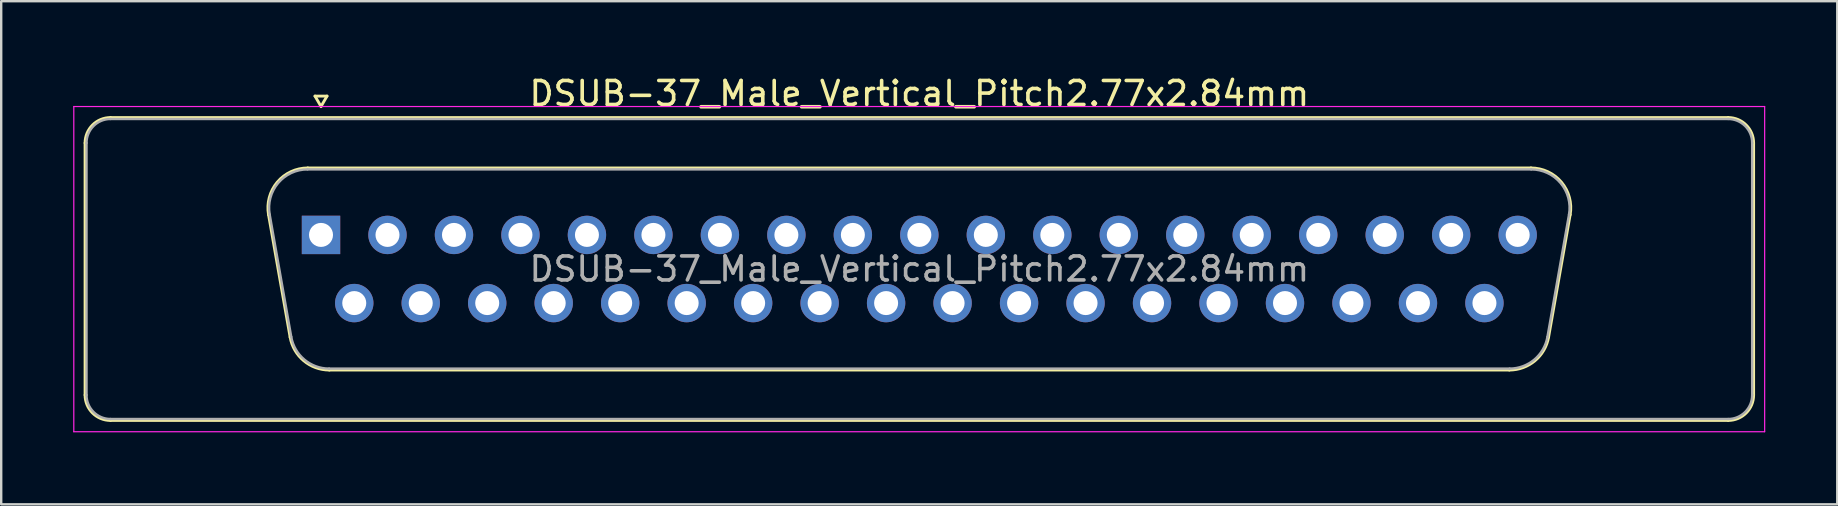
<source format=kicad_pcb>
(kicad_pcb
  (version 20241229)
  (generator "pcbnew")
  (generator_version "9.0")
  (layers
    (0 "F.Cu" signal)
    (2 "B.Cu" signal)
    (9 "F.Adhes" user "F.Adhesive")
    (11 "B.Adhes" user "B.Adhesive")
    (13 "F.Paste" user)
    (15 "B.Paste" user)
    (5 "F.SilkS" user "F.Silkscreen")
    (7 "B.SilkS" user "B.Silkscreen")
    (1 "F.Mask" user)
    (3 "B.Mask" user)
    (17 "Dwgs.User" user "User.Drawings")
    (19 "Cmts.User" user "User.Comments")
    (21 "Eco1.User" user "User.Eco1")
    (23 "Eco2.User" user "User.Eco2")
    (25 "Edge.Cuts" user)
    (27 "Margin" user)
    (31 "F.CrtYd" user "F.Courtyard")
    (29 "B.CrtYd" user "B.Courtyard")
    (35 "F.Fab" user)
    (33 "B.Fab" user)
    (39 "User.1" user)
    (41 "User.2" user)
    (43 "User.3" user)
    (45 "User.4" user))
  (footprint "DSUB-37_Male_Vertical_Pitch2.77x2.84mm"
    (layer "F.Cu")
    (at 10.325 6.738)
    (property "Reference" "DSUB-37_Male_Vertical_Pitch2.77x2.84mm" (at 24.93 -5.89 0) (layer "F.SilkS") (effects (font (size 1 1) (thickness 0.15))))
    (attr through_hole)
    (fp_line (start -9.83 6.67) (end -9.83 -3.83) (stroke (width 0.12) (type solid)) (layer "F.SilkS"))
    (fp_line (start -8.77 -4.89) (end 58.63 -4.89) (stroke (width 0.12) (type solid)) (layer "F.SilkS"))
    (fp_line (start -2.186 -0.842) (end -1.287 4.258) (stroke (width 0.12) (type solid)) (layer "F.SilkS"))
    (fp_line (start -0.552 -2.79) (end 50.412 -2.79) (stroke (width 0.12) (type solid)) (layer "F.SilkS"))
    (fp_line (start -0.25 -5.784) (end 0.25 -5.784) (stroke (width 0.12) (type solid)) (layer "F.SilkS"))
    (fp_line (start 0 -5.351) (end -0.25 -5.784) (stroke (width 0.12) (type solid)) (layer "F.SilkS"))
    (fp_line (start 0.25 -5.784) (end 0 -5.351) (stroke (width 0.12) (type solid)) (layer "F.SilkS"))
    (fp_line (start 0.348 5.63) (end 49.512 5.63) (stroke (width 0.12) (type solid)) (layer "F.SilkS"))
    (fp_line (start 52.046 -0.842) (end 51.147 4.258) (stroke (width 0.12) (type solid)) (layer "F.SilkS"))
    (fp_line (start 58.63 7.73) (end -8.77 7.73) (stroke (width 0.12) (type solid)) (layer "F.SilkS"))
    (fp_line (start 59.69 -3.83) (end 59.69 6.67) (stroke (width 0.12) (type solid)) (layer "F.SilkS"))
    (fp_arc (start -9.83 -3.83) (mid -9.519533 -4.579533) (end -8.77 -4.89) (stroke (width 0.12) (type solid)) (layer "F.SilkS"))
    (fp_arc (start -8.77 7.73) (mid -9.519533 7.419533) (end -9.83 6.67) (stroke (width 0.12) (type solid)) (layer "F.SilkS"))
    (fp_arc (start -2.18647 -0.841744) (mid -1.823323 -2.197028) (end -0.551689 -2.79) (stroke (width 0.12) (type solid)) (layer "F.SilkS"))
    (fp_arc (start 0.347579 5.63) (mid -0.719448 5.241634) (end -1.287202 4.258256) (stroke (width 0.12) (type solid)) (layer "F.SilkS"))
    (fp_arc (start 50.411689 -2.79) (mid 51.683323 -2.197027) (end 52.04647 -0.841744) (stroke (width 0.12) (type solid)) (layer "F.SilkS"))
    (fp_arc (start 51.147202 4.258256) (mid 50.579449 5.241634) (end 49.512421 5.63) (stroke (width 0.12) (type solid)) (layer "F.SilkS"))
    (fp_arc (start 58.63 -4.89) (mid 59.379533 -4.579533) (end 59.69 -3.83) (stroke (width 0.12) (type solid)) (layer "F.SilkS"))
    (fp_arc (start 59.69 6.67) (mid 59.379533 7.419533) (end 58.63 7.73) (stroke (width 0.12) (type solid)) (layer "F.SilkS"))
    (fp_line (start -10.3 -5.35) (end -10.3 8.2) (stroke (width 0.05) (type solid)) (layer "F.CrtYd"))
    (fp_line (start -10.3 8.2) (end 60.15 8.2) (stroke (width 0.05) (type solid)) (layer "F.CrtYd"))
    (fp_line (start 60.15 -5.35) (end -10.3 -5.35) (stroke (width 0.05) (type solid)) (layer "F.CrtYd"))
    (fp_line (start 60.15 8.2) (end 60.15 -5.35) (stroke (width 0.05) (type solid)) (layer "F.CrtYd"))
    (fp_line (start -9.77 6.67) (end -9.77 -3.83) (stroke (width 0.1) (type solid)) (layer "F.Fab"))
    (fp_line (start -8.77 -4.83) (end 58.63 -4.83) (stroke (width 0.1) (type solid)) (layer "F.Fab"))
    (fp_line (start -2.139 -0.852) (end -1.24 4.248) (stroke (width 0.1) (type solid)) (layer "F.Fab"))
    (fp_line (start -0.563 -2.73) (end 50.423 -2.73) (stroke (width 0.1) (type solid)) (layer "F.Fab"))
    (fp_line (start 0.336 5.57) (end 49.524 5.57) (stroke (width 0.1) (type solid)) (layer "F.Fab"))
    (fp_line (start 51.999 -0.852) (end 51.1 4.248) (stroke (width 0.1) (type solid)) (layer "F.Fab"))
    (fp_line (start 58.63 7.67) (end -8.77 7.67) (stroke (width 0.1) (type solid)) (layer "F.Fab"))
    (fp_line (start 59.63 -3.83) (end 59.63 6.67) (stroke (width 0.1) (type solid)) (layer "F.Fab"))
    (fp_arc (start -9.77 -3.83) (mid -9.477107 -4.537107) (end -8.77 -4.83) (stroke (width 0.1) (type solid)) (layer "F.Fab"))
    (fp_arc (start -8.77 7.67) (mid -9.477107 7.377107) (end -9.77 6.67) (stroke (width 0.1) (type solid)) (layer "F.Fab"))
    (fp_arc (start -2.138886 -0.852163) (mid -1.788865 -2.15846) (end -0.563194 -2.73) (stroke (width 0.1) (type solid)) (layer "F.Fab"))
    (fp_arc (start 0.336073 5.57) (mid -0.692387 5.195671) (end -1.239619 4.247837) (stroke (width 0.1) (type solid)) (layer "F.Fab"))
    (fp_arc (start 50.423194 -2.73) (mid 51.648865 -2.15846) (end 51.998886 -0.852163) (stroke (width 0.1) (type solid)) (layer "F.Fab"))
    (fp_arc (start 51.099619 4.247837) (mid 50.552387 5.195671) (end 49.523927 5.57) (stroke (width 0.1) (type solid)) (layer "F.Fab"))
    (fp_arc (start 58.63 -4.83) (mid 59.337107 -4.537107) (end 59.63 -3.83) (stroke (width 0.1) (type solid)) (layer "F.Fab"))
    (fp_arc (start 59.63 6.67) (mid 59.337107 7.377107) (end 58.63 7.67) (stroke (width 0.1) (type solid)) (layer "F.Fab"))
    (fp_text user "${REFERENCE}" (at 24.93 1.42 0) (layer "F.Fab") (effects (font (size 1 1) (thickness 0.15))))
    (pad "1" thru_hole rect (at 0 0) (size 1.6 1.6) (drill 1) (layers "*.Cu" "*.Mask"))
    (pad "2" thru_hole circle (at 2.77 0) (size 1.6 1.6) (drill 1) (layers "*.Cu" "*.Mask"))
    (pad "3" thru_hole circle (at 5.54 0) (size 1.6 1.6) (drill 1) (layers "*.Cu" "*.Mask"))
    (pad "4" thru_hole circle (at 8.31 0) (size 1.6 1.6) (drill 1) (layers "*.Cu" "*.Mask"))
    (pad "5" thru_hole circle (at 11.08 0) (size 1.6 1.6) (drill 1) (layers "*.Cu" "*.Mask"))
    (pad "6" thru_hole circle (at 13.85 0) (size 1.6 1.6) (drill 1) (layers "*.Cu" "*.Mask"))
    (pad "7" thru_hole circle (at 16.62 0) (size 1.6 1.6) (drill 1) (layers "*.Cu" "*.Mask"))
    (pad "8" thru_hole circle (at 19.39 0) (size 1.6 1.6) (drill 1) (layers "*.Cu" "*.Mask"))
    (pad "9" thru_hole circle (at 22.16 0) (size 1.6 1.6) (drill 1) (layers "*.Cu" "*.Mask"))
    (pad "10" thru_hole circle (at 24.93 0) (size 1.6 1.6) (drill 1) (layers "*.Cu" "*.Mask"))
    (pad "11" thru_hole circle (at 27.7 0) (size 1.6 1.6) (drill 1) (layers "*.Cu" "*.Mask"))
    (pad "12" thru_hole circle (at 30.47 0) (size 1.6 1.6) (drill 1) (layers "*.Cu" "*.Mask"))
    (pad "13" thru_hole circle (at 33.24 0) (size 1.6 1.6) (drill 1) (layers "*.Cu" "*.Mask"))
    (pad "14" thru_hole circle (at 36.01 0) (size 1.6 1.6) (drill 1) (layers "*.Cu" "*.Mask"))
    (pad "15" thru_hole circle (at 38.78 0) (size 1.6 1.6) (drill 1) (layers "*.Cu" "*.Mask"))
    (pad "16" thru_hole circle (at 41.55 0) (size 1.6 1.6) (drill 1) (layers "*.Cu" "*.Mask"))
    (pad "17" thru_hole circle (at 44.32 0) (size 1.6 1.6) (drill 1) (layers "*.Cu" "*.Mask"))
    (pad "18" thru_hole circle (at 47.09 0) (size 1.6 1.6) (drill 1) (layers "*.Cu" "*.Mask"))
    (pad "19" thru_hole circle (at 49.86 0) (size 1.6 1.6) (drill 1) (layers "*.Cu" "*.Mask"))
    (pad "20" thru_hole circle (at 1.385 2.84) (size 1.6 1.6) (drill 1) (layers "*.Cu" "*.Mask"))
    (pad "21" thru_hole circle (at 4.155 2.84) (size 1.6 1.6) (drill 1) (layers "*.Cu" "*.Mask"))
    (pad "22" thru_hole circle (at 6.925 2.84) (size 1.6 1.6) (drill 1) (layers "*.Cu" "*.Mask"))
    (pad "23" thru_hole circle (at 9.695 2.84) (size 1.6 1.6) (drill 1) (layers "*.Cu" "*.Mask"))
    (pad "24" thru_hole circle (at 12.465 2.84) (size 1.6 1.6) (drill 1) (layers "*.Cu" "*.Mask"))
    (pad "25" thru_hole circle (at 15.235 2.84) (size 1.6 1.6) (drill 1) (layers "*.Cu" "*.Mask"))
    (pad "26" thru_hole circle (at 18.005 2.84) (size 1.6 1.6) (drill 1) (layers "*.Cu" "*.Mask"))
    (pad "27" thru_hole circle (at 20.775 2.84) (size 1.6 1.6) (drill 1) (layers "*.Cu" "*.Mask"))
    (pad "28" thru_hole circle (at 23.545 2.84) (size 1.6 1.6) (drill 1) (layers "*.Cu" "*.Mask"))
    (pad "29" thru_hole circle (at 26.315 2.84) (size 1.6 1.6) (drill 1) (layers "*.Cu" "*.Mask"))
    (pad "30" thru_hole circle (at 29.085 2.84) (size 1.6 1.6) (drill 1) (layers "*.Cu" "*.Mask"))
    (pad "31" thru_hole circle (at 31.855 2.84) (size 1.6 1.6) (drill 1) (layers "*.Cu" "*.Mask"))
    (pad "32" thru_hole circle (at 34.625 2.84) (size 1.6 1.6) (drill 1) (layers "*.Cu" "*.Mask"))
    (pad "33" thru_hole circle (at 37.395 2.84) (size 1.6 1.6) (drill 1) (layers "*.Cu" "*.Mask"))
    (pad "34" thru_hole circle (at 40.165 2.84) (size 1.6 1.6) (drill 1) (layers "*.Cu" "*.Mask"))
    (pad "35" thru_hole circle (at 42.935 2.84) (size 1.6 1.6) (drill 1) (layers "*.Cu" "*.Mask"))
    (pad "36" thru_hole circle (at 45.705 2.84) (size 1.6 1.6) (drill 1) (layers "*.Cu" "*.Mask"))
    (pad "37" thru_hole circle (at 48.475 2.84) (size 1.6 1.6) (drill 1) (layers "*.Cu" "*.Mask")))
  (gr_rect
    (start -3 -3)
    (end 73.5 17.963)
    (stroke (width 0.1) (type default))
    (fill no)
    (layer "Edge.Cuts")))
</source>
